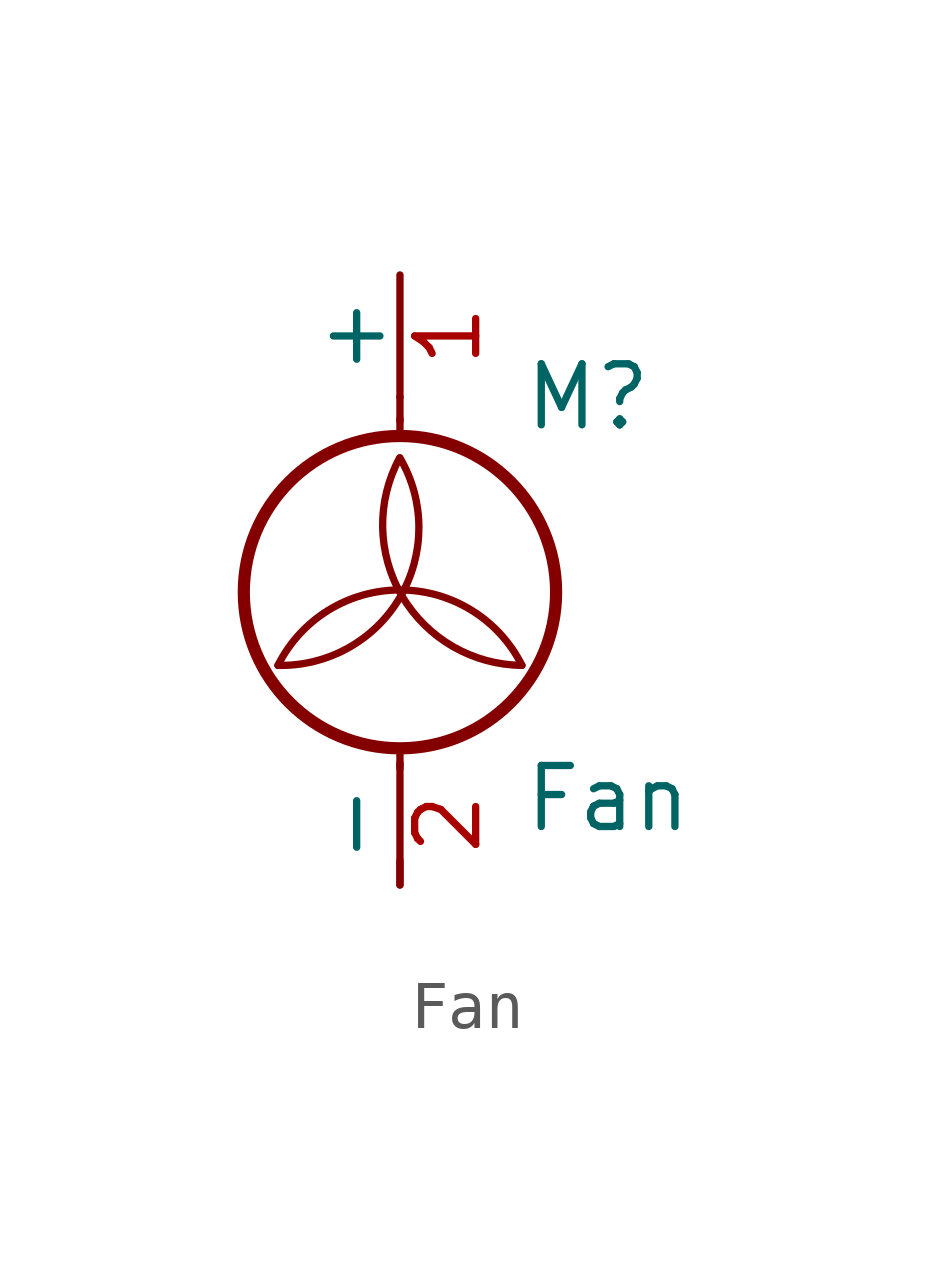
<source format=kicad_sym>
(kicad_symbol_lib
  (version 20211014)
  (generator kicad_symbol_editor)
  (symbol "Fan"
    (pin_names
      (offset 0))
    (property "Reference" "M"
      (at 2.54 5.08 0)
      (effects (font (size 1.27 1.27)) (justify left)))
    (property "Value" "Fan"
      (at 2.54 -2.54 0)
      (effects (font (size 1.27 1.27)) (justify left top)))
    (symbol "Fan_0_1"
      (arc (start -2.54 -0.508) (mid -0.0014 0.9048) (end 0 3.81) (stroke (width 0) (type default) (color 0 0 0 0)) (fill (type none)))
      (polyline (pts (xy 0 -5.08) (xy 0 -4.572)) (stroke (width 0) (type default) (color 0 0 0 0)) (fill (type none)))
      (polyline (pts (xy 0 -2.235) (xy 0 -2.642)) (stroke (width 0) (type default) (color 0 0 0 0)) (fill (type none)))
      (polyline (pts (xy 0 4.267) (xy 0 4.623)) (stroke (width 0) (type default) (color 0 0 0 0)) (fill (type none)))
      (polyline (pts (xy 0 4.572) (xy 0 5.08)) (stroke (width 0) (type default) (color 0 0 0 0)) (fill (type none)))
      (circle (center 0 1.016) (radius 3.251) (stroke (width 0.254) (type default) (color 0 0 0 0)) (fill (type none)))
      (arc (start 0 3.81) (mid 0.0468 0.9315) (end 2.54 -0.508) (stroke (width 0) (type default) (color 0 0 0 0)) (fill (type none)))
      (arc (start 2.54 -0.508) (mid 0 1.0618) (end -2.54 -0.508) (stroke (width 0) (type default) (color 0 0 0 0)) (fill (type none))))
    (symbol "Fan_1_1"
      (pin passive line (at 0 7.62 270) (length 2.54) (name "+" (effects (font (size 1.27 1.27)))) (number "1" (effects (font (size 1.27 1.27)))))
      (pin passive line (at 0 -5.08 90) (length 2.54) (name "-" (effects (font (size 1.27 1.27)))) (number "2" (effects (font (size 1.27 1.27))))))))
</source>
